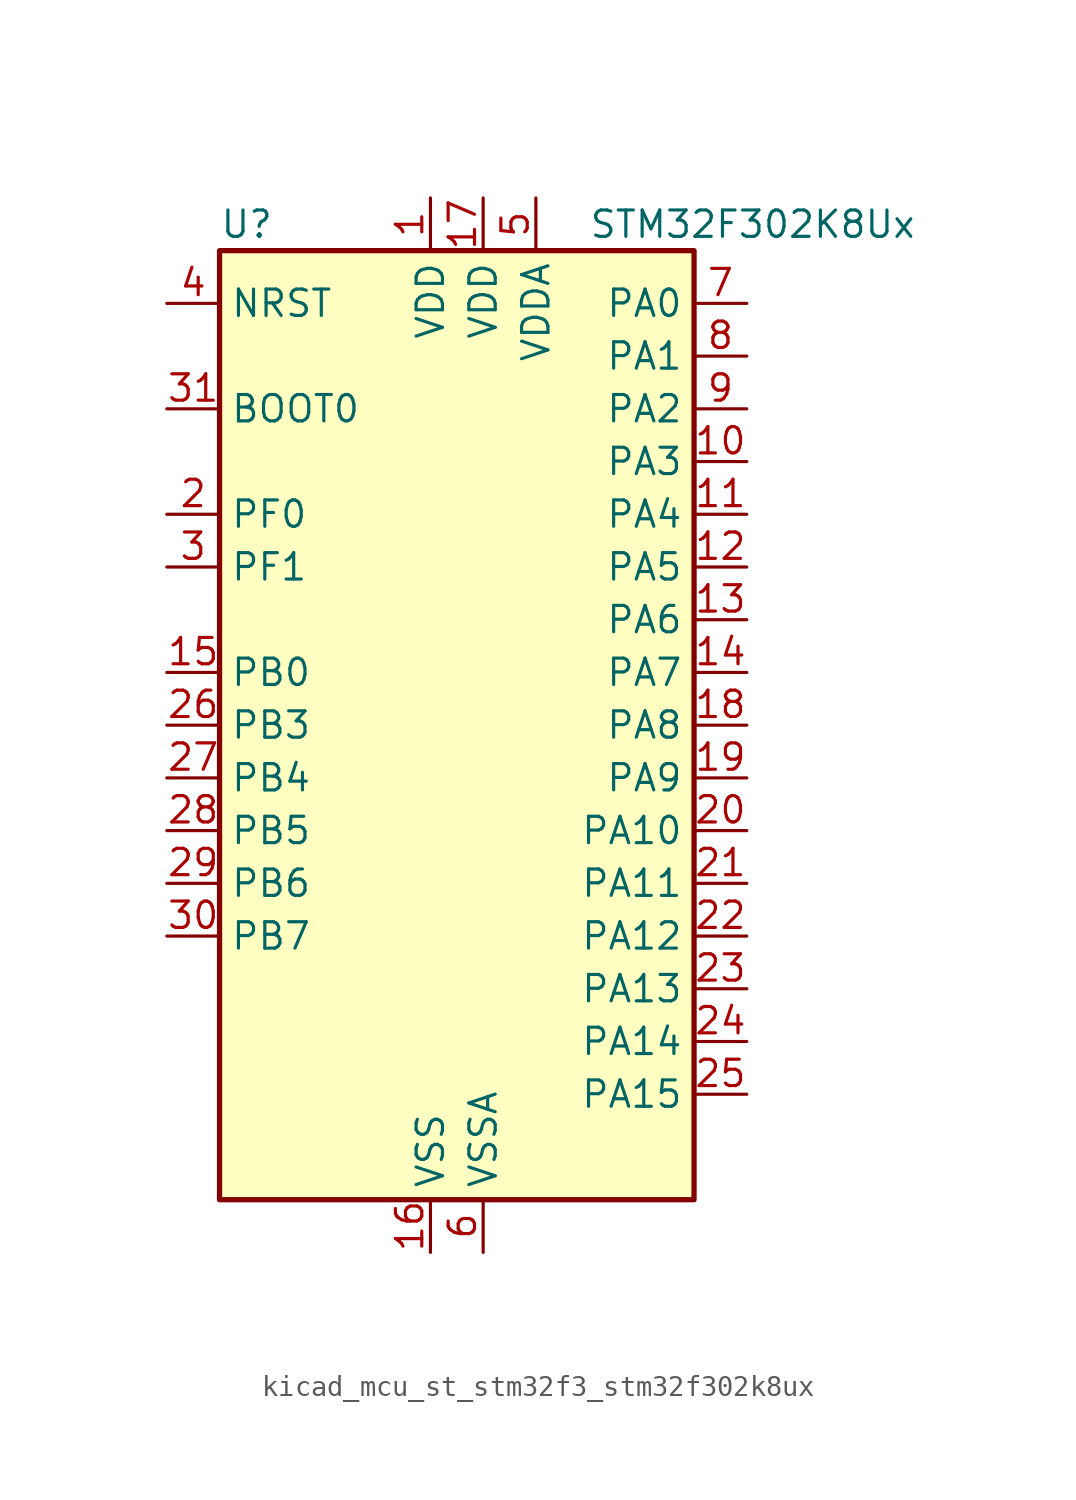
<source format=kicad_sym>
(kicad_symbol_lib
  (version 20220914)
  (generator kicad_symbol_editor)
  (symbol "kicad_mcu_st_stm32f3_stm32f302k8ux"
    (property "Reference" "U"
      (at -10.16 24.13 0)
      (effects (font (size 1.27 1.27)) (justify left)))
    (property "Value" "STM32F302K8Ux"
      (at 7.62 24.13 0)
      (effects (font (size 1.27 1.27)) (justify left)))
    (property "ki_locked" ""
      (at 0 0 0)
      (effects (font (size 1.27 1.27))))
    (symbol "kicad_mcu_st_stm32f3_stm32f302k8ux_0_1"
      (rectangle (start -10.16 -22.86) (end 12.7 22.86) (stroke (width 0.254) (type default)) (fill (type background))))
    (symbol "kicad_mcu_st_stm32f3_stm32f302k8ux_1_1"
      (pin power_in line (at 0 25.4 270) (length 2.54) (name "VDD" (effects (font (size 1.27 1.27)))) (number "1" (effects (font (size 1.27 1.27)))))
      (pin bidirectional line (at 15.24 12.7 180) (length 2.54) (name "PA3" (effects (font (size 1.27 1.27)))) (number "10" (effects (font (size 1.27 1.27)))) (alternate "ADC1_IN4" bidirectional line) (alternate "TIM15_CH2" bidirectional line) (alternate "TIM2_CH4" bidirectional line) (alternate "TSC_G1_IO4" bidirectional line) (alternate "USART2_RX" bidirectional line))
      (pin bidirectional line (at 15.24 10.16 180) (length 2.54) (name "PA4" (effects (font (size 1.27 1.27)))) (number "11" (effects (font (size 1.27 1.27)))) (alternate "ADC1_IN5" bidirectional line) (alternate "COMP2_INM" bidirectional line) (alternate "COMP4_INM" bidirectional line) (alternate "DAC_OUT1" bidirectional line) (alternate "I2S3_WS" bidirectional line) (alternate "SPI3_NSS" bidirectional line) (alternate "TSC_G2_IO1" bidirectional line) (alternate "USART2_CK" bidirectional line))
      (pin bidirectional line (at 15.24 7.62 180) (length 2.54) (name "PA5" (effects (font (size 1.27 1.27)))) (number "12" (effects (font (size 1.27 1.27)))) (alternate "OPAMP2_VINM" bidirectional line) (alternate "OPAMP2_VINM_SEC" bidirectional line) (alternate "TIM2_CH1" bidirectional line) (alternate "TIM2_ETR" bidirectional line) (alternate "TSC_G2_IO2" bidirectional line))
      (pin bidirectional line (at 15.24 5.08 180) (length 2.54) (name "PA6" (effects (font (size 1.27 1.27)))) (number "13" (effects (font (size 1.27 1.27)))) (alternate "ADC1_IN10" bidirectional line) (alternate "OPAMP2_VOUT" bidirectional line) (alternate "TIM16_CH1" bidirectional line) (alternate "TIM1_BKIN" bidirectional line) (alternate "TSC_G2_IO3" bidirectional line))
      (pin bidirectional line (at 15.24 2.54 180) (length 2.54) (name "PA7" (effects (font (size 1.27 1.27)))) (number "14" (effects (font (size 1.27 1.27)))) (alternate "ADC1_IN15" bidirectional line) (alternate "COMP2_INP" bidirectional line) (alternate "OPAMP2_VINP" bidirectional line) (alternate "OPAMP2_VINP_SEC" bidirectional line) (alternate "TIM17_CH1" bidirectional line) (alternate "TIM1_CH1N" bidirectional line) (alternate "TSC_G2_IO4" bidirectional line))
      (pin bidirectional line (at -12.7 2.54 0) (length 2.54) (name "PB0" (effects (font (size 1.27 1.27)))) (number "15" (effects (font (size 1.27 1.27)))) (alternate "ADC1_IN11" bidirectional line) (alternate "COMP4_INP" bidirectional line) (alternate "OPAMP2_VINP" bidirectional line) (alternate "OPAMP2_VINP_SEC" bidirectional line) (alternate "TIM1_CH2N" bidirectional line) (alternate "TSC_G3_IO2" bidirectional line))
      (pin power_in line (at 0 -25.4 90) (length 2.54) (name "VSS" (effects (font (size 1.27 1.27)))) (number "16" (effects (font (size 1.27 1.27)))))
      (pin power_in line (at 2.54 25.4 270) (length 2.54) (name "VDD" (effects (font (size 1.27 1.27)))) (number "17" (effects (font (size 1.27 1.27)))))
      (pin bidirectional line (at 15.24 0 180) (length 2.54) (name "PA8" (effects (font (size 1.27 1.27)))) (number "18" (effects (font (size 1.27 1.27)))) (alternate "I2C2_SMBA" bidirectional line) (alternate "I2C3_SCL" bidirectional line) (alternate "I2S2_MCK" bidirectional line) (alternate "RCC_MCO" bidirectional line) (alternate "TIM1_CH1" bidirectional line) (alternate "USART1_CK" bidirectional line))
      (pin bidirectional line (at 15.24 -2.54 180) (length 2.54) (name "PA9" (effects (font (size 1.27 1.27)))) (number "19" (effects (font (size 1.27 1.27)))) (alternate "DAC_EXTI9" bidirectional line) (alternate "I2C2_SCL" bidirectional line) (alternate "I2C3_SMBA" bidirectional line) (alternate "I2S3_MCK" bidirectional line) (alternate "TIM15_BKIN" bidirectional line) (alternate "TIM1_CH2" bidirectional line) (alternate "TIM2_CH3" bidirectional line) (alternate "TSC_G4_IO1" bidirectional line) (alternate "USART1_TX" bidirectional line))
      (pin bidirectional line (at -12.7 10.16 0) (length 2.54) (name "PF0" (effects (font (size 1.27 1.27)))) (number "2" (effects (font (size 1.27 1.27)))) (alternate "I2C2_SDA" bidirectional line) (alternate "I2S2_WS" bidirectional line) (alternate "RCC_OSC_IN" bidirectional line) (alternate "SPI2_NSS" bidirectional line) (alternate "TIM1_CH3N" bidirectional line))
      (pin bidirectional line (at 15.24 -5.08 180) (length 2.54) (name "PA10" (effects (font (size 1.27 1.27)))) (number "20" (effects (font (size 1.27 1.27)))) (alternate "I2C2_SDA" bidirectional line) (alternate "I2S2_ext_SD" bidirectional line) (alternate "SPI2_MISO" bidirectional line) (alternate "TIM17_BKIN" bidirectional line) (alternate "TIM1_CH3" bidirectional line) (alternate "TIM2_CH4" bidirectional line) (alternate "TSC_G4_IO2" bidirectional line) (alternate "USART1_RX" bidirectional line))
      (pin bidirectional line (at 15.24 -7.62 180) (length 2.54) (name "PA11" (effects (font (size 1.27 1.27)))) (number "21" (effects (font (size 1.27 1.27)))) (alternate "ADC1_EXTI11" bidirectional line) (alternate "CAN_RX" bidirectional line) (alternate "I2S2_SD" bidirectional line) (alternate "SPI2_MOSI" bidirectional line) (alternate "TIM1_BKIN2" bidirectional line) (alternate "TIM1_CH1N" bidirectional line) (alternate "TIM1_CH4" bidirectional line) (alternate "USART1_CTS" bidirectional line) (alternate "USB_DM" bidirectional line))
      (pin bidirectional line (at 15.24 -10.16 180) (length 2.54) (name "PA12" (effects (font (size 1.27 1.27)))) (number "22" (effects (font (size 1.27 1.27)))) (alternate "CAN_TX" bidirectional line) (alternate "COMP2_OUT" bidirectional line) (alternate "I2S_CKIN" bidirectional line) (alternate "TIM16_CH1" bidirectional line) (alternate "TIM1_CH2N" bidirectional line) (alternate "TIM1_ETR" bidirectional line) (alternate "USART1_DE" bidirectional line) (alternate "USART1_RTS" bidirectional line) (alternate "USB_DP" bidirectional line))
      (pin bidirectional line (at 15.24 -12.7 180) (length 2.54) (name "PA13" (effects (font (size 1.27 1.27)))) (number "23" (effects (font (size 1.27 1.27)))) (alternate "IR_OUT" bidirectional line) (alternate "SYS_JTMS-SWDIO" bidirectional line) (alternate "TIM16_CH1N" bidirectional line) (alternate "TSC_G4_IO3" bidirectional line))
      (pin bidirectional line (at 15.24 -15.24 180) (length 2.54) (name "PA14" (effects (font (size 1.27 1.27)))) (number "24" (effects (font (size 1.27 1.27)))) (alternate "I2C1_SDA" bidirectional line) (alternate "SYS_JTCK-SWCLK" bidirectional line) (alternate "TIM1_BKIN" bidirectional line) (alternate "TSC_G4_IO4" bidirectional line) (alternate "USART2_TX" bidirectional line))
      (pin bidirectional line (at 15.24 -17.78 180) (length 2.54) (name "PA15" (effects (font (size 1.27 1.27)))) (number "25" (effects (font (size 1.27 1.27)))) (alternate "ADC1_EXTI15" bidirectional line) (alternate "I2C1_SCL" bidirectional line) (alternate "I2S3_WS" bidirectional line) (alternate "SPI3_NSS" bidirectional line) (alternate "SYS_JTDI" bidirectional line) (alternate "TIM1_BKIN" bidirectional line) (alternate "TIM2_CH1" bidirectional line) (alternate "TIM2_ETR" bidirectional line) (alternate "TSC_SYNC" bidirectional line) (alternate "USART2_RX" bidirectional line))
      (pin bidirectional line (at -12.7 0 0) (length 2.54) (name "PB3" (effects (font (size 1.27 1.27)))) (number "26" (effects (font (size 1.27 1.27)))) (alternate "I2S3_CK" bidirectional line) (alternate "SPI3_SCK" bidirectional line) (alternate "SYS_JTDO-TRACESWO" bidirectional line) (alternate "TIM2_CH2" bidirectional line) (alternate "TSC_G5_IO1" bidirectional line) (alternate "USART2_TX" bidirectional line))
      (pin bidirectional line (at -12.7 -2.54 0) (length 2.54) (name "PB4" (effects (font (size 1.27 1.27)))) (number "27" (effects (font (size 1.27 1.27)))) (alternate "I2S3_ext_SD" bidirectional line) (alternate "SPI3_MISO" bidirectional line) (alternate "SYS_NJTRST" bidirectional line) (alternate "TIM16_CH1" bidirectional line) (alternate "TIM17_BKIN" bidirectional line) (alternate "TSC_G5_IO2" bidirectional line) (alternate "USART2_RX" bidirectional line))
      (pin bidirectional line (at -12.7 -5.08 0) (length 2.54) (name "PB5" (effects (font (size 1.27 1.27)))) (number "28" (effects (font (size 1.27 1.27)))) (alternate "I2C1_SMBA" bidirectional line) (alternate "I2C3_SDA" bidirectional line) (alternate "I2S3_SD" bidirectional line) (alternate "SPI3_MOSI" bidirectional line) (alternate "TIM16_BKIN" bidirectional line) (alternate "TIM17_CH1" bidirectional line) (alternate "USART2_CK" bidirectional line))
      (pin bidirectional line (at -12.7 -7.62 0) (length 2.54) (name "PB6" (effects (font (size 1.27 1.27)))) (number "29" (effects (font (size 1.27 1.27)))) (alternate "I2C1_SCL" bidirectional line) (alternate "TIM16_CH1N" bidirectional line) (alternate "TSC_G5_IO3" bidirectional line) (alternate "USART1_TX" bidirectional line))
      (pin bidirectional line (at -12.7 7.62 0) (length 2.54) (name "PF1" (effects (font (size 1.27 1.27)))) (number "3" (effects (font (size 1.27 1.27)))) (alternate "I2C2_SCL" bidirectional line) (alternate "I2S2_CK" bidirectional line) (alternate "RCC_OSC_OUT" bidirectional line) (alternate "SPI2_SCK" bidirectional line))
      (pin bidirectional line (at -12.7 -10.16 0) (length 2.54) (name "PB7" (effects (font (size 1.27 1.27)))) (number "30" (effects (font (size 1.27 1.27)))) (alternate "I2C1_SDA" bidirectional line) (alternate "TIM17_CH1N" bidirectional line) (alternate "TSC_G5_IO4" bidirectional line) (alternate "USART1_RX" bidirectional line))
      (pin input line (at -12.7 15.24 0) (length 2.54) (name "BOOT0" (effects (font (size 1.27 1.27)))) (number "31" (effects (font (size 1.27 1.27)))))
      (pin passive line (at 0 -25.4 90) (length 2.54) hide (name "VSS" (effects (font (size 1.27 1.27)))) (number "32" (effects (font (size 1.27 1.27)))))
      (pin passive line (at 0 -25.4 90) (length 2.54) hide (name "VSS" (effects (font (size 1.27 1.27)))) (number "33" (effects (font (size 1.27 1.27)))))
      (pin input line (at -12.7 20.32 0) (length 2.54) (name "NRST" (effects (font (size 1.27 1.27)))) (number "4" (effects (font (size 1.27 1.27)))))
      (pin power_in line (at 5.08 25.4 270) (length 2.54) (name "VDDA" (effects (font (size 1.27 1.27)))) (number "5" (effects (font (size 1.27 1.27)))))
      (pin power_in line (at 2.54 -25.4 90) (length 2.54) (name "VSSA" (effects (font (size 1.27 1.27)))) (number "6" (effects (font (size 1.27 1.27)))))
      (pin bidirectional line (at 15.24 20.32 180) (length 2.54) (name "PA0" (effects (font (size 1.27 1.27)))) (number "7" (effects (font (size 1.27 1.27)))) (alternate "ADC1_IN1" bidirectional line) (alternate "RTC_TAMP2" bidirectional line) (alternate "SYS_WKUP1" bidirectional line) (alternate "TIM2_CH1" bidirectional line) (alternate "TIM2_ETR" bidirectional line) (alternate "TSC_G1_IO1" bidirectional line) (alternate "USART2_CTS" bidirectional line))
      (pin bidirectional line (at 15.24 17.78 180) (length 2.54) (name "PA1" (effects (font (size 1.27 1.27)))) (number "8" (effects (font (size 1.27 1.27)))) (alternate "ADC1_IN2" bidirectional line) (alternate "RTC_REFIN" bidirectional line) (alternate "TIM15_CH1N" bidirectional line) (alternate "TIM2_CH2" bidirectional line) (alternate "TSC_G1_IO2" bidirectional line) (alternate "USART2_DE" bidirectional line) (alternate "USART2_RTS" bidirectional line))
      (pin bidirectional line (at 15.24 15.24 180) (length 2.54) (name "PA2" (effects (font (size 1.27 1.27)))) (number "9" (effects (font (size 1.27 1.27)))) (alternate "ADC1_IN3" bidirectional line) (alternate "COMP2_INM" bidirectional line) (alternate "COMP2_OUT" bidirectional line) (alternate "TIM15_CH1" bidirectional line) (alternate "TIM2_CH3" bidirectional line) (alternate "TSC_G1_IO3" bidirectional line) (alternate "USART2_TX" bidirectional line)))))
</source>
